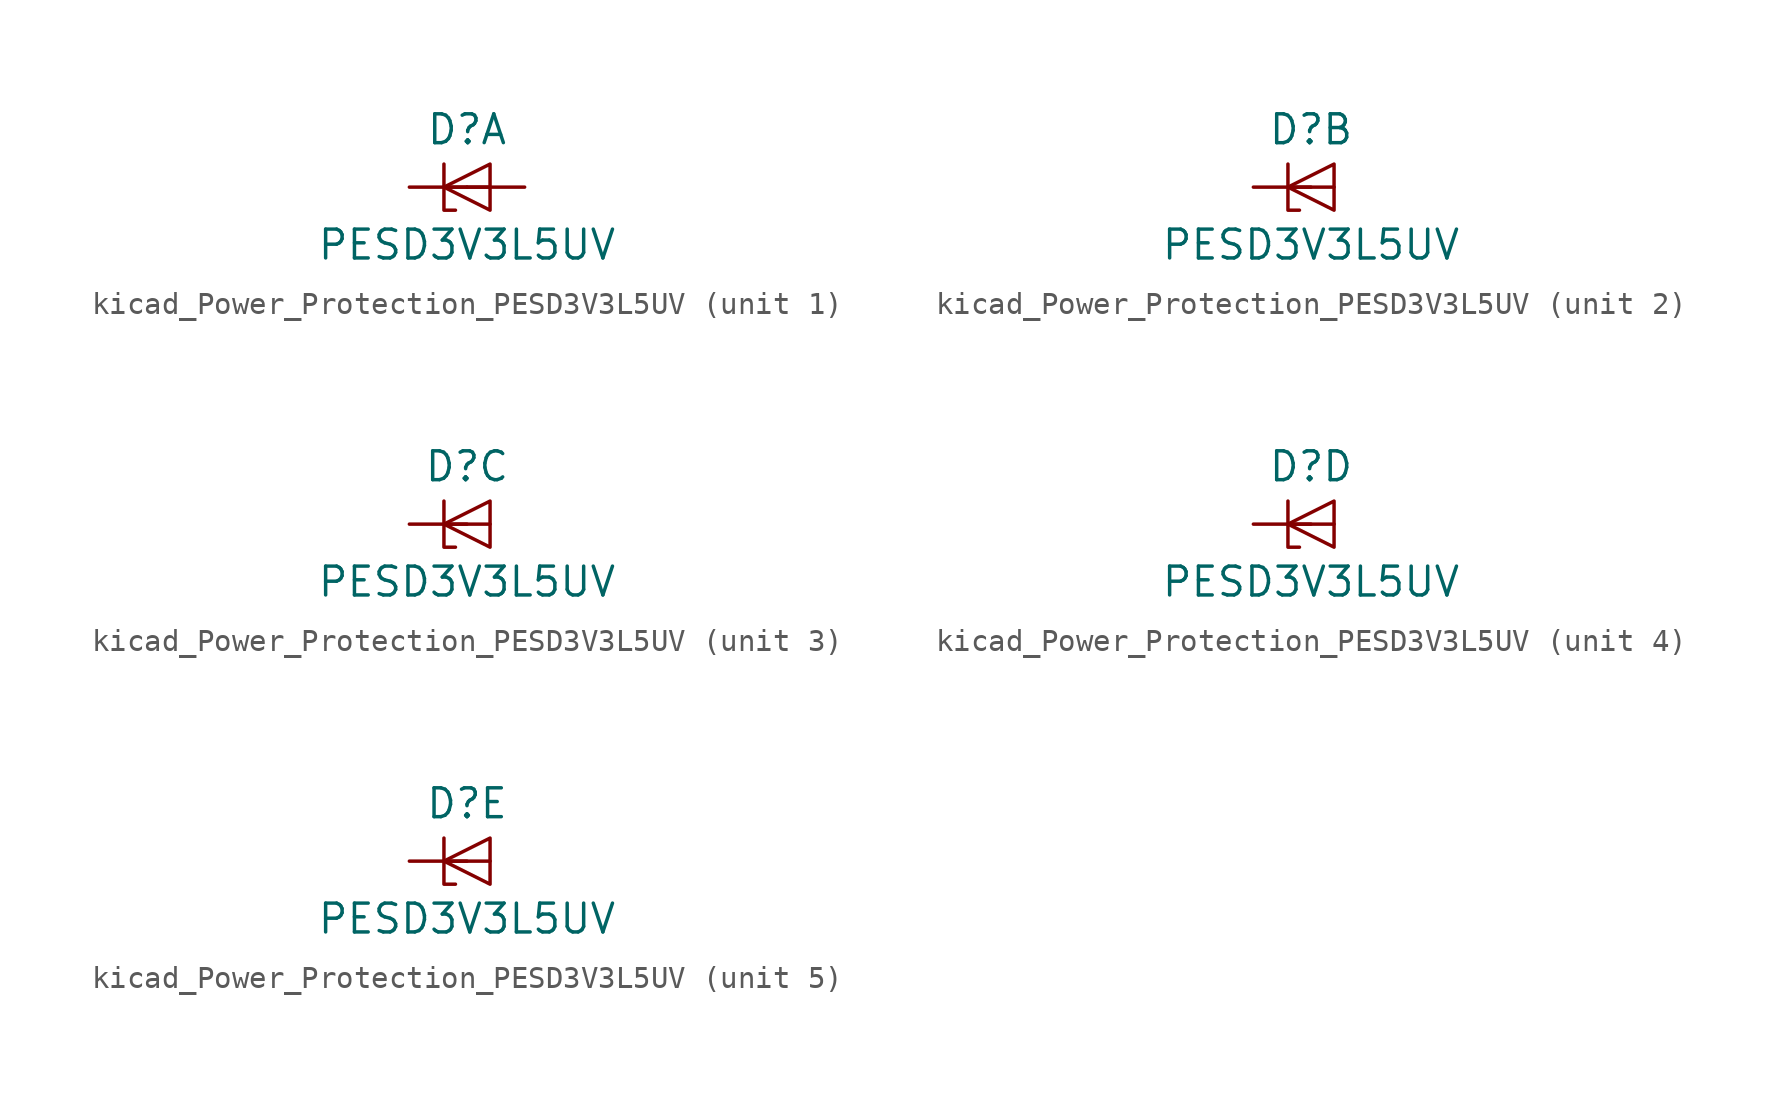
<source format=kicad_sym>
(kicad_symbol_lib
  (version 20220914)
  (generator kicad_symbol_editor)
  (symbol "kicad_Power_Protection_PESD3V3L5UV"
    (pin_numbers hide)
    (pin_names hide)
    (property "Reference" "D"
      (at 0 2.54 0)
      (effects (font (size 1.27 1.27))))
    (property "Value" "PESD3V3L5UV"
      (at 0 -2.54 0)
      (effects (font (size 1.27 1.27))))
    (property "ki_locked" ""
      (at 0 0 0)
      (effects (font (size 1.27 1.27))))
    (symbol "kicad_Power_Protection_PESD3V3L5UV_0_1"
      (polyline (pts (xy -1.016 0) (xy 1.016 0)) (stroke (width 0) (type default)) (fill (type none)))
      (polyline (pts (xy -1.016 1.016) (xy -1.016 -1.016) (xy -0.508 -1.016)) (stroke (width 0) (type default)) (fill (type none)))
      (polyline (pts (xy 1.016 1.016) (xy -1.016 0) (xy 1.016 -1.016) (xy 1.016 1.016)) (stroke (width 0) (type default)) (fill (type none))))
    (symbol "kicad_Power_Protection_PESD3V3L5UV_1_1"
      (pin passive line (at -2.54 0 0) (length 2.54) (name "K1" (effects (font (size 1.27 1.27)))) (number "1" (effects (font (size 1.27 1.27)))))
      (pin passive line (at 2.54 0 180) (length 2.54) (name "A" (effects (font (size 1.27 1.27)))) (number "2" (effects (font (size 1.27 1.27))))))
    (symbol "kicad_Power_Protection_PESD3V3L5UV_2_1"
      (pin passive line (at -2.54 0 0) (length 2.54) (name "K2" (effects (font (size 1.27 1.27)))) (number "3" (effects (font (size 1.27 1.27))))))
    (symbol "kicad_Power_Protection_PESD3V3L5UV_3_1"
      (pin passive line (at -2.54 0 0) (length 2.54) (name "K3" (effects (font (size 1.27 1.27)))) (number "4" (effects (font (size 1.27 1.27))))))
    (symbol "kicad_Power_Protection_PESD3V3L5UV_4_1"
      (pin passive line (at -2.54 0 0) (length 2.54) (name "K4" (effects (font (size 1.27 1.27)))) (number "5" (effects (font (size 1.27 1.27))))))
    (symbol "kicad_Power_Protection_PESD3V3L5UV_5_1"
      (pin passive line (at -2.54 0 0) (length 2.54) (name "K5" (effects (font (size 1.27 1.27)))) (number "6" (effects (font (size 1.27 1.27))))))))
</source>
